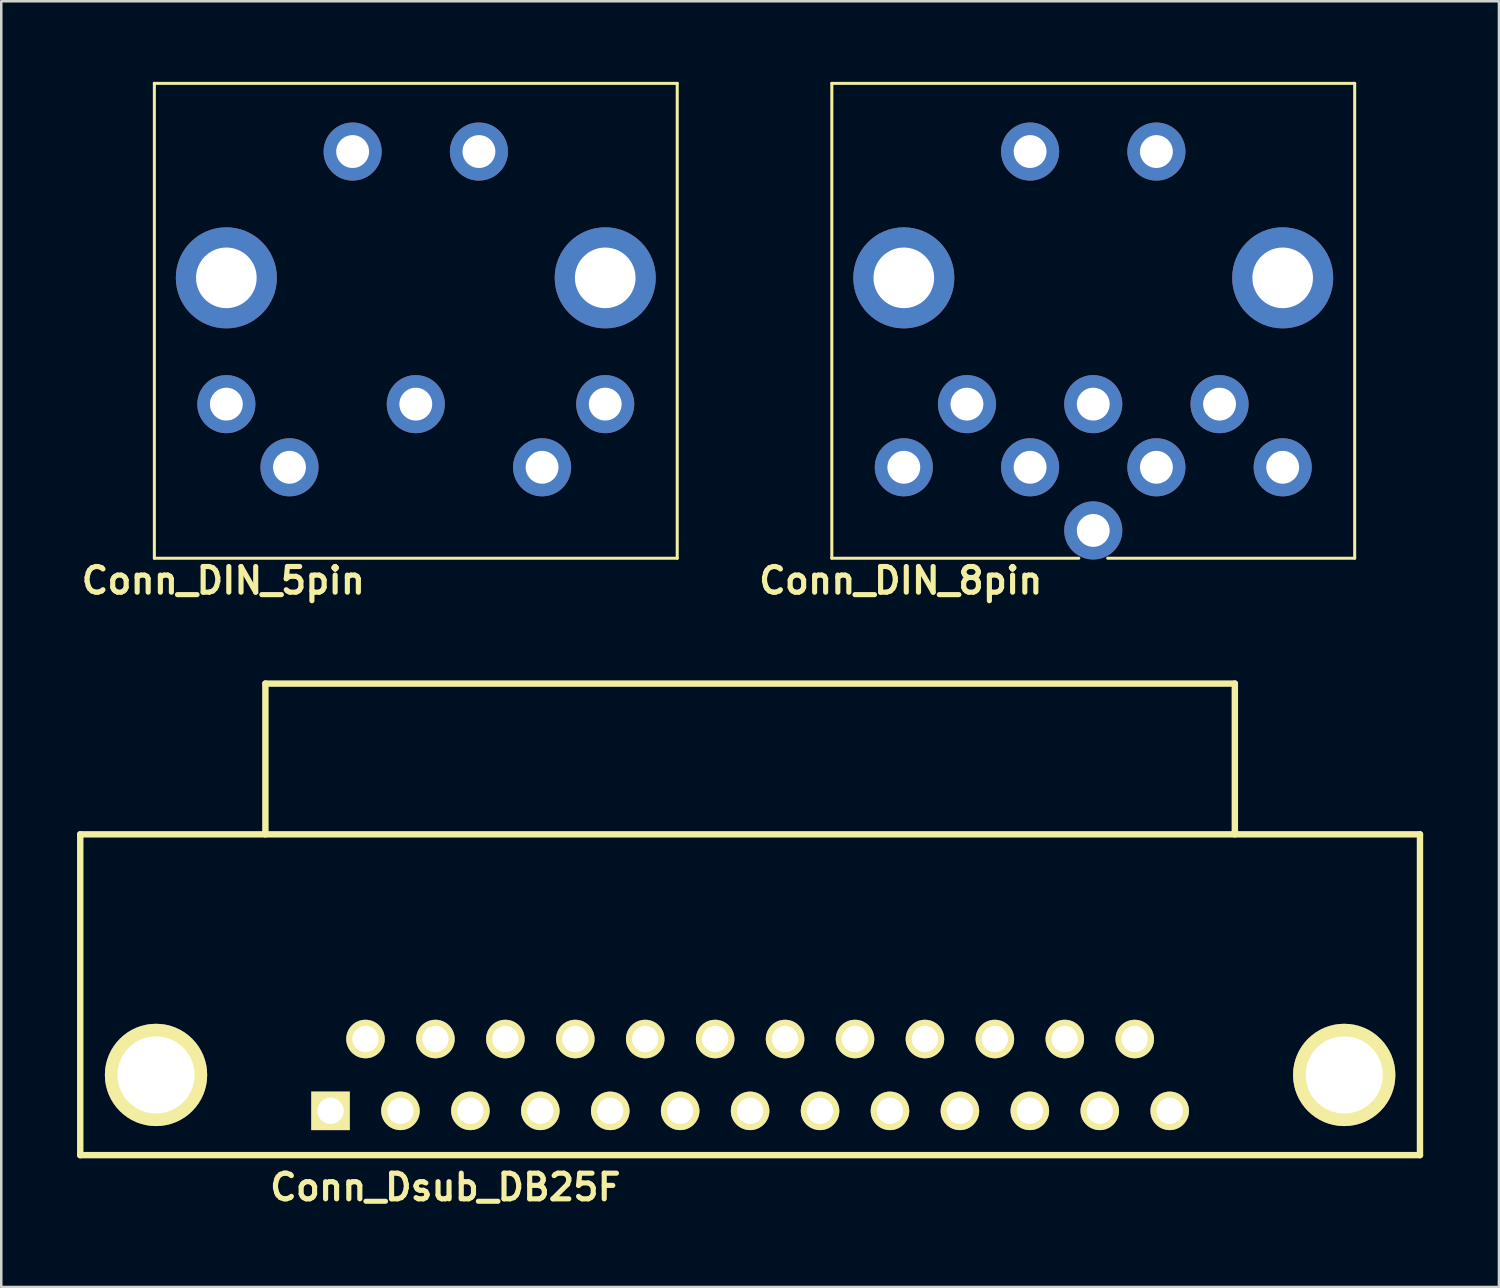
<source format=kicad_pcb>
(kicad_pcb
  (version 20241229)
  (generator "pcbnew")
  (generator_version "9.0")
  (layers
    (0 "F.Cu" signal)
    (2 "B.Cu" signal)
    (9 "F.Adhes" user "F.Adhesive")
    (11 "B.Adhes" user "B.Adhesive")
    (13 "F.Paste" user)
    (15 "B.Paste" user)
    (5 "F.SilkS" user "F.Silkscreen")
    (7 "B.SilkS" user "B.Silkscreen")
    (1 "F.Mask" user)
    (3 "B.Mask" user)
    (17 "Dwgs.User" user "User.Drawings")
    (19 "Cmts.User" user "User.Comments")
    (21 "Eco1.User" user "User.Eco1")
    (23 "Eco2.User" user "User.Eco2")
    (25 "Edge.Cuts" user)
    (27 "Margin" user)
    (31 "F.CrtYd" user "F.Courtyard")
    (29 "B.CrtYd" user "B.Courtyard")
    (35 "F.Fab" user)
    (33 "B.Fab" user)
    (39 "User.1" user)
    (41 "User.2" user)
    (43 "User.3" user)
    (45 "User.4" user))
  (footprint "Conn_DIN_5pin"
    (layer "F.Cu")
    (at 13.411 0.25)
    (property "Reference" "Conn_DIN_5pin" (at -7.62 19.685 0) (layer "F.SilkS") (effects (font (size 1.016 1.016) (thickness 0.203))))
    (attr through_hole)
    (fp_line (start -10.35 0) (end 10.35 0) (stroke (width 0.12) (type solid)) (layer "F.SilkS"))
    (fp_line (start -10.35 18.8) (end -10.35 0) (stroke (width 0.12) (type solid)) (layer "F.SilkS"))
    (fp_line (start 10.35 0) (end 10.35 18.8) (stroke (width 0.12) (type solid)) (layer "F.SilkS"))
    (fp_line (start 10.35 18.8) (end -10.35 18.8) (stroke (width 0.12) (type solid)) (layer "F.SilkS"))
    (pad "0" thru_hole circle (at -2.5 2.7 180) (size 2.3 2.3) (drill 1.3) (layers "*.Cu" "*.Mask"))
    (pad "0" thru_hole circle (at 2.5 2.7 180) (size 2.3 2.3) (drill 1.3) (layers "*.Cu" "*.Mask"))
    (pad "1" thru_hole circle (at -7.5 12.7 180) (size 2.3 2.3) (drill 1.3) (layers "*.Cu" "*.Mask"))
    (pad "2" thru_hole circle (at 0 12.7 180) (size 2.3 2.3) (drill 1.3) (layers "*.Cu" "*.Mask"))
    (pad "3" thru_hole circle (at 7.5 12.7 180) (size 2.3 2.3) (drill 1.3) (layers "*.Cu" "*.Mask"))
    (pad "4" thru_hole circle (at -5 15.2 180) (size 2.3 2.3) (drill 1.3) (layers "*.Cu" "*.Mask"))
    (pad "5" thru_hole circle (at 5 15.2 180) (size 2.3 2.3) (drill 1.3) (layers "*.Cu" "*.Mask"))
    (pad "~" thru_hole circle (at -7.5 7.7 180) (size 4 4) (drill 2.4) (layers "*.Cu" "*.Mask"))
    (pad "~" thru_hole circle (at 7.5 7.7 180) (size 4 4) (drill 2.4) (layers "*.Cu" "*.Mask")))
  (footprint "Conn_Dsub_DB25F"
    (layer "F.Cu")
    (at 26.647 39.507)
    (property "Reference" "Conn_Dsub_DB25F" (at -12.065 4.445 0) (layer "F.SilkS") (effects (font (size 1.016 1.016) (thickness 0.203))))
    (attr through_hole)
    (fp_line (start -26.52 -9.525) (end 26.52 -9.525) (stroke (width 0.254) (type solid)) (layer "F.SilkS"))
    (fp_line (start -26.52 3.175) (end -26.52 -9.525) (stroke (width 0.254) (type solid)) (layer "F.SilkS"))
    (fp_line (start -26.52 3.175) (end 26.52 3.175) (stroke (width 0.254) (type solid)) (layer "F.SilkS"))
    (fp_line (start -19.19 -15.494) (end 19.19 -15.494) (stroke (width 0.254) (type solid)) (layer "F.SilkS"))
    (fp_line (start -19.19 -9.525) (end -19.19 -15.494) (stroke (width 0.254) (type solid)) (layer "F.SilkS"))
    (fp_line (start 19.19 -15.494) (end 19.19 -9.525) (stroke (width 0.254) (type solid)) (layer "F.SilkS"))
    (fp_line (start 26.52 -9.525) (end 26.52 3.175) (stroke (width 0.254) (type solid)) (layer "F.SilkS"))
    (pad "1" thru_hole rect (at -16.612 1.422) (size 1.524 1.524) (drill 1.041) (layers "*.Cu" "*.Mask" "F.SilkS"))
    (pad "2" thru_hole circle (at -13.843 1.422) (size 1.524 1.524) (drill 1.041) (layers "*.Cu" "*.Mask" "F.SilkS"))
    (pad "3" thru_hole circle (at -11.074 1.422) (size 1.524 1.524) (drill 1.041) (layers "*.Cu" "*.Mask" "F.SilkS"))
    (pad "4" thru_hole circle (at -8.306 1.422) (size 1.524 1.524) (drill 1.041) (layers "*.Cu" "*.Mask" "F.SilkS"))
    (pad "5" thru_hole circle (at -5.537 1.422) (size 1.524 1.524) (drill 1.041) (layers "*.Cu" "*.Mask" "F.SilkS"))
    (pad "6" thru_hole circle (at -2.769 1.422) (size 1.524 1.524) (drill 1.041) (layers "*.Cu" "*.Mask" "F.SilkS"))
    (pad "7" thru_hole circle (at 0 1.422) (size 1.524 1.524) (drill 1.041) (layers "*.Cu" "*.Mask" "F.SilkS"))
    (pad "8" thru_hole circle (at 2.769 1.422) (size 1.524 1.524) (drill 1.041) (layers "*.Cu" "*.Mask" "F.SilkS"))
    (pad "9" thru_hole circle (at 5.537 1.422) (size 1.524 1.524) (drill 1.041) (layers "*.Cu" "*.Mask" "F.SilkS"))
    (pad "10" thru_hole circle (at 8.306 1.422) (size 1.524 1.524) (drill 1.041) (layers "*.Cu" "*.Mask" "F.SilkS"))
    (pad "11" thru_hole circle (at 11.074 1.422) (size 1.524 1.524) (drill 1.041) (layers "*.Cu" "*.Mask" "F.SilkS"))
    (pad "12" thru_hole circle (at 13.843 1.422) (size 1.524 1.524) (drill 1.041) (layers "*.Cu" "*.Mask" "F.SilkS"))
    (pad "13" thru_hole circle (at 16.612 1.422) (size 1.524 1.524) (drill 1.041) (layers "*.Cu" "*.Mask" "F.SilkS"))
    (pad "14" thru_hole circle (at -15.227 -1.422) (size 1.524 1.524) (drill 1.041) (layers "*.Cu" "*.Mask" "F.SilkS"))
    (pad "15" thru_hole circle (at -12.459 -1.422) (size 1.524 1.524) (drill 1.041) (layers "*.Cu" "*.Mask" "F.SilkS"))
    (pad "16" thru_hole circle (at -9.69 -1.422) (size 1.524 1.524) (drill 1.041) (layers "*.Cu" "*.Mask" "F.SilkS"))
    (pad "17" thru_hole circle (at -6.921 -1.422) (size 1.524 1.524) (drill 1.041) (layers "*.Cu" "*.Mask" "F.SilkS"))
    (pad "18" thru_hole circle (at -4.153 -1.422) (size 1.524 1.524) (drill 1.041) (layers "*.Cu" "*.Mask" "F.SilkS"))
    (pad "19" thru_hole circle (at -1.384 -1.422) (size 1.524 1.524) (drill 1.041) (layers "*.Cu" "*.Mask" "F.SilkS"))
    (pad "20" thru_hole circle (at 1.384 -1.422) (size 1.524 1.524) (drill 1.041) (layers "*.Cu" "*.Mask" "F.SilkS"))
    (pad "21" thru_hole circle (at 4.153 -1.422) (size 1.524 1.524) (drill 1.041) (layers "*.Cu" "*.Mask" "F.SilkS"))
    (pad "22" thru_hole circle (at 6.921 -1.422) (size 1.524 1.524) (drill 1.041) (layers "*.Cu" "*.Mask" "F.SilkS"))
    (pad "23" thru_hole circle (at 9.69 -1.422) (size 1.524 1.524) (drill 1.041) (layers "*.Cu" "*.Mask" "F.SilkS"))
    (pad "24" thru_hole circle (at 12.459 -1.422) (size 1.524 1.524) (drill 1.041) (layers "*.Cu" "*.Mask" "F.SilkS"))
    (pad "25" thru_hole circle (at 15.227 -1.422) (size 1.524 1.524) (drill 1.041) (layers "*.Cu" "*.Mask" "F.SilkS"))
    (pad "GND" thru_hole circle (at -23.52 0) (size 4.049 4.049) (drill 3.051) (layers "*.Cu" "*.Mask" "F.SilkS"))
    (pad "GND" thru_hole circle (at 23.52 0) (size 4.049 4.049) (drill 3.051) (layers "*.Cu" "*.Mask" "F.SilkS")))
  (footprint "Conn_DIN_8pin"
    (layer "F.Cu")
    (at 40.232 0.25)
    (property "Reference" "Conn_DIN_8pin" (at -7.62 19.685 0) (layer "F.SilkS") (effects (font (size 1.016 1.016) (thickness 0.203))))
    (attr through_hole)
    (fp_line (start -10.35 0) (end 10.35 0) (stroke (width 0.12) (type solid)) (layer "F.SilkS"))
    (fp_line (start -10.35 18.8) (end -10.35 0) (stroke (width 0.12) (type solid)) (layer "F.SilkS"))
    (fp_line (start -10.35 18.8) (end -0.572 18.8) (stroke (width 0.12) (type solid)) (layer "F.SilkS"))
    (fp_line (start 10.35 0) (end 10.35 18.8) (stroke (width 0.12) (type solid)) (layer "F.SilkS"))
    (fp_line (start 10.35 18.8) (end 0.572 18.8) (stroke (width 0.12) (type solid)) (layer "F.SilkS"))
    (pad "0" thru_hole circle (at -2.5 2.7 180) (size 2.3 2.3) (drill 1.3) (layers "*.Cu" "*.Mask"))
    (pad "0" thru_hole circle (at 2.5 2.7 180) (size 2.3 2.3) (drill 1.3) (layers "*.Cu" "*.Mask"))
    (pad "1" thru_hole circle (at -5 12.7 180) (size 2.3 2.3) (drill 1.3) (layers "*.Cu" "*.Mask"))
    (pad "2" thru_hole circle (at 0 12.7 180) (size 2.3 2.3) (drill 1.3) (layers "*.Cu" "*.Mask"))
    (pad "3" thru_hole circle (at 5 12.7 180) (size 2.3 2.3) (drill 1.3) (layers "*.Cu" "*.Mask"))
    (pad "4" thru_hole circle (at -2.5 15.2 180) (size 2.3 2.3) (drill 1.3) (layers "*.Cu" "*.Mask"))
    (pad "5" thru_hole circle (at 2.5 15.2 180) (size 2.3 2.3) (drill 1.3) (layers "*.Cu" "*.Mask"))
    (pad "6" thru_hole circle (at -7.5 15.2 180) (size 2.3 2.3) (drill 1.3) (layers "*.Cu" "*.Mask"))
    (pad "7" thru_hole circle (at 7.5 15.2 180) (size 2.3 2.3) (drill 1.3) (layers "*.Cu" "*.Mask"))
    (pad "8" thru_hole circle (at 0 17.7 180) (size 2.3 2.3) (drill 1.3) (layers "*.Cu" "*.Mask"))
    (pad "~" thru_hole circle (at -7.5 7.7 180) (size 4 4) (drill 2.4) (layers "*.Cu" "*.Mask"))
    (pad "~" thru_hole circle (at 7.5 7.7 180) (size 4 4) (drill 2.4) (layers "*.Cu" "*.Mask")))
  (gr_rect
    (start -3 -3)
    (end 56.294 47.903)
    (stroke (width 0.1) (type default))
    (fill no)
    (layer "Edge.Cuts")))
</source>
